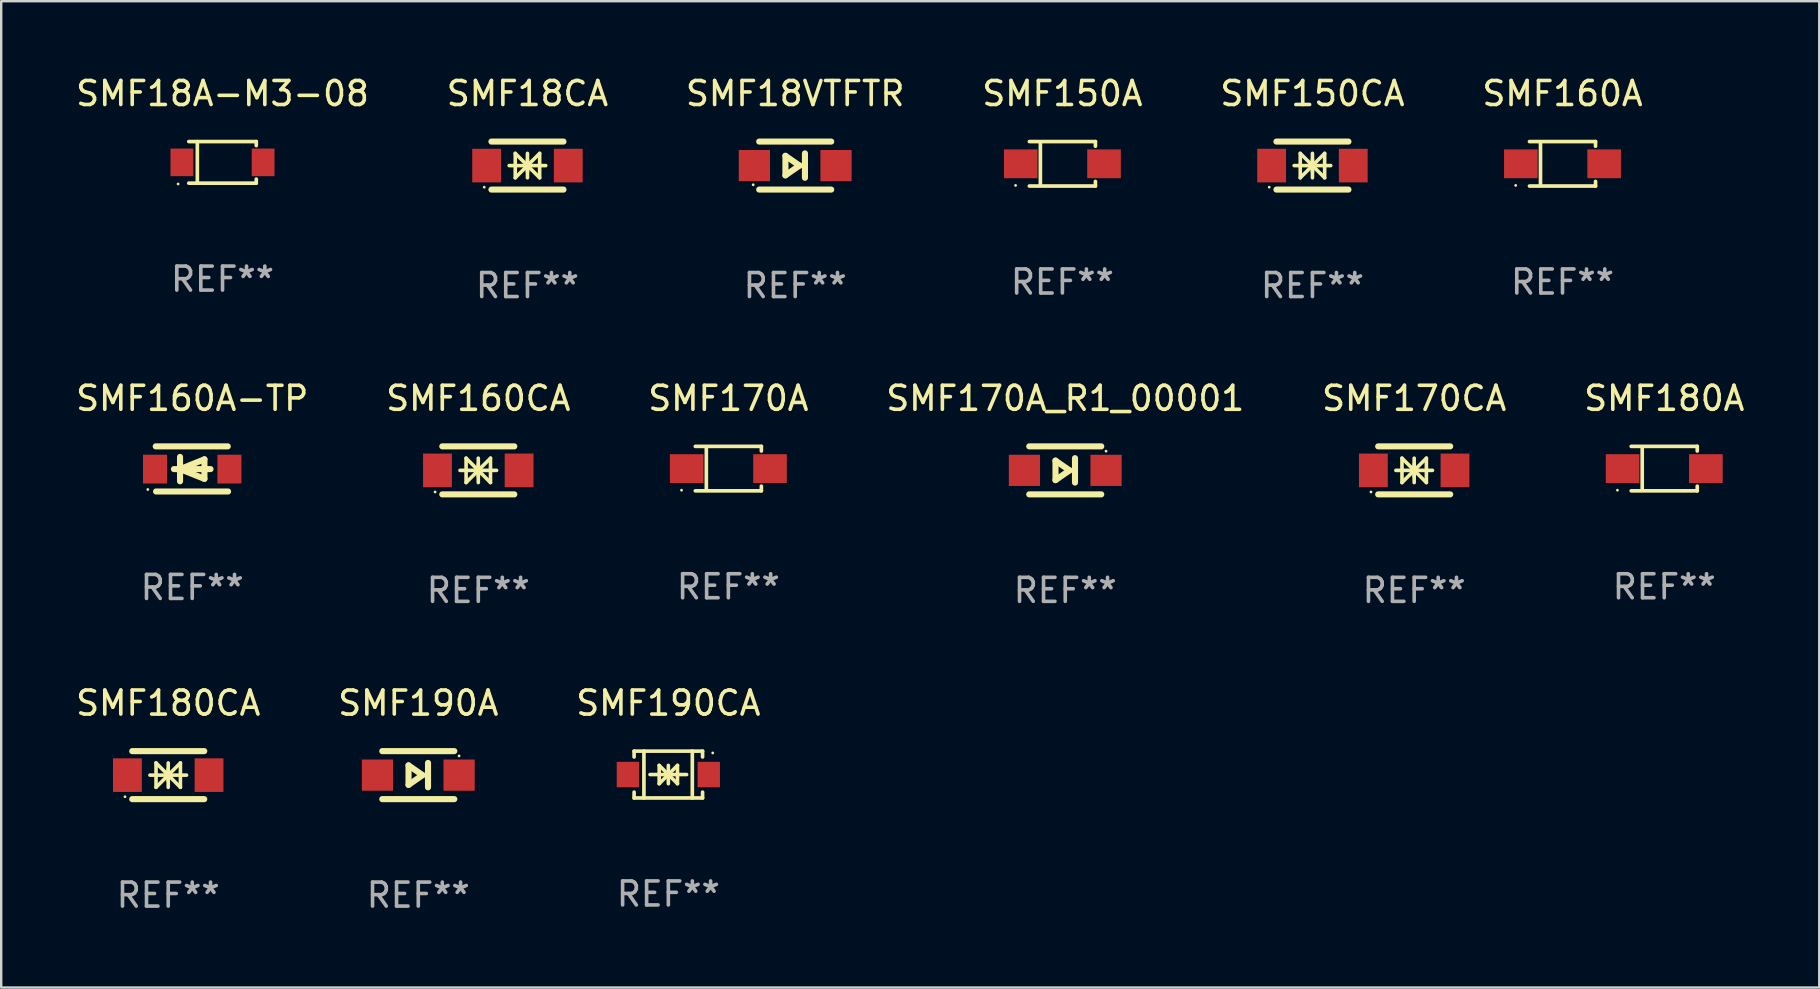
<source format=kicad_pcb>
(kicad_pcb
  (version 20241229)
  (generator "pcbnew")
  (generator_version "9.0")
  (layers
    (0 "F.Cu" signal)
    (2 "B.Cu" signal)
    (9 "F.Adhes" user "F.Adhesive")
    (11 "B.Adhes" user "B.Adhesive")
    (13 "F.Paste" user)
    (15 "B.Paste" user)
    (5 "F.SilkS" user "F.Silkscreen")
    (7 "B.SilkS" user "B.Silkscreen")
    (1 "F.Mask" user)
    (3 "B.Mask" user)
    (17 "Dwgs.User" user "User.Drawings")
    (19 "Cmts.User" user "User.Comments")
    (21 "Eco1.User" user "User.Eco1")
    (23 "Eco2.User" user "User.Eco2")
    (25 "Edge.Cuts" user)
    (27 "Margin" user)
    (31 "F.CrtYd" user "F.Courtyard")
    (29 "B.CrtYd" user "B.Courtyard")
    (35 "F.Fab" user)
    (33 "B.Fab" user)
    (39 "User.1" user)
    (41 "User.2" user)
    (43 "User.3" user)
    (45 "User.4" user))
  (footprint "SMF18A-M3-08"
    (layer "F.Cu")
    (at 6.22 3.714)
    (property "Reference" "SMF18A-M3-08" (at 0 -2.866 0) (layer "F.SilkS") (effects (font (size 1 1) (thickness 0.15))))
    (attr through_hole)
    (fp_line (start -1.406 -0.866) (end 1.406 -0.866) (stroke (width 0.152) (type solid)) (layer "F.SilkS"))
    (fp_line (start -1.406 0.866) (end 1.406 0.866) (stroke (width 0.152) (type solid)) (layer "F.SilkS"))
    (fp_line (start -1.049 -0.866) (end -1.049 0.866) (stroke (width 0.152) (type solid)) (layer "F.SilkS"))
    (fp_line (start 1.406 -0.866) (end 1.406 -0.698) (stroke (width 0.152) (type solid)) (layer "F.SilkS"))
    (fp_line (start 1.406 0.866) (end 1.406 0.698) (stroke (width 0.152) (type solid)) (layer "F.SilkS"))
    (fp_circle (center -1.851 0.9) (end -1.821 0.9) (stroke (width 0.06) (type solid)) (fill no) (layer "F.SilkS"))
    (fp_text user "REF**" (at 0 4.866 0) (layer "F.Fab") (effects (font (size 1 1) (thickness 0.15))))
    (pad "1" smd rect (at -1.692 0) (size 0.95 1.15) (layers "F.Cu" "F.Mask" "F.Paste"))
    (pad "2" smd rect (at 1.692 0) (size 0.95 1.15) (layers "F.Cu" "F.Mask" "F.Paste")))
  (footprint "SMF170CA"
    (layer "F.Cu")
    (at 55.863 16.545)
    (property "Reference" "SMF170CA" (at 0 -3 0) (layer "F.SilkS") (effects (font (size 1 1) (thickness 0.15))))
    (attr through_hole)
    (fp_line (start -1.5 -1) (end 1.5 -1) (stroke (width 0.254) (type solid)) (layer "F.SilkS"))
    (fp_line (start -1.5 1) (end 1.5 1) (stroke (width 0.254) (type solid)) (layer "F.SilkS"))
    (fp_line (start -0.762 0) (end 0.762 0) (stroke (width 0.15) (type solid)) (layer "F.SilkS"))
    (fp_line (start -0.508 -0.508) (end -0.508 0.508) (stroke (width 0.15) (type solid)) (layer "F.SilkS"))
    (fp_line (start 0 -0.508) (end 0 0.508) (stroke (width 0.15) (type solid)) (layer "F.SilkS"))
    (fp_line (start 0 0) (end -0.508 -0.508) (stroke (width 0.15) (type solid)) (layer "F.SilkS"))
    (fp_line (start 0 0) (end -0.508 0.508) (stroke (width 0.15) (type solid)) (layer "F.SilkS"))
    (fp_line (start 0 0) (end 0.508 -0.508) (stroke (width 0.15) (type solid)) (layer "F.SilkS"))
    (fp_line (start 0 0) (end 0.508 0.508) (stroke (width 0.15) (type solid)) (layer "F.SilkS"))
    (fp_line (start 0 0.254) (end 0 -0.254) (stroke (width 0.15) (type solid)) (layer "F.SilkS"))
    (fp_line (start 0.508 0.508) (end 0.508 -0.508) (stroke (width 0.15) (type solid)) (layer "F.SilkS"))
    (fp_circle (center -1.8 0.9) (end -1.77 0.9) (stroke (width 0.06) (type solid)) (fill no) (layer "F.SilkS"))
    (fp_text user "REF**" (at 0 5 0) (layer "F.Fab") (effects (font (size 1 1) (thickness 0.15))))
    (pad "1" smd rect (at -1.7 0) (size 1.2 1.4) (layers "F.Cu" "F.Mask" "F.Paste"))
    (pad "2" smd rect (at 1.7 0) (size 1.2 1.4) (layers "F.Cu" "F.Mask" "F.Paste")))
  (footprint "SMF170A_R1_00001"
    (layer "F.Cu")
    (at 41.327 16.545)
    (property "Reference" "SMF170A_R1_00001" (at 0 -3 0) (layer "F.SilkS") (effects (font (size 1 1) (thickness 0.15))))
    (attr through_hole)
    (fp_line (start -1.5 -1) (end 1.5 -1) (stroke (width 0.254) (type solid)) (layer "F.SilkS"))
    (fp_line (start -0.406 -0.406) (end 0.178 0) (stroke (width 0.254) (type solid)) (layer "F.SilkS"))
    (fp_line (start -0.406 0.406) (end -0.406 -0.406) (stroke (width 0.254) (type solid)) (layer "F.SilkS"))
    (fp_line (start 0.178 0) (end -0.406 0.406) (stroke (width 0.254) (type solid)) (layer "F.SilkS"))
    (fp_line (start 0.406 0.508) (end 0.406 -0.508) (stroke (width 0.254) (type solid)) (layer "F.SilkS"))
    (fp_line (start 1.5 1) (end -1.5 1) (stroke (width 0.254) (type solid)) (layer "F.SilkS"))
    (fp_circle (center 1.7 -0.8) (end 1.73 -0.8) (stroke (width 0.06) (type solid)) (fill no) (layer "F.SilkS"))
    (fp_text user "REF**" (at 0 5 0) (layer "F.Fab") (effects (font (size 1 1) (thickness 0.15))))
    (pad "1" smd rect (at 1.7 0 180) (size 1.3 1.3) (layers "F.Cu" "F.Mask" "F.Paste"))
    (pad "2" smd rect (at -1.7 0 180) (size 1.3 1.3) (layers "F.Cu" "F.Mask" "F.Paste")))
  (footprint "SMF160A-TP"
    (layer "F.Cu")
    (at 4.958 16.485)
    (property "Reference" "SMF160A-TP" (at 0 -2.94 0) (layer "F.SilkS") (effects (font (size 1 1) (thickness 0.15))))
    (attr through_hole)
    (fp_line (start -1.52 -0.94) (end 1.48 -0.94) (stroke (width 0.254) (type solid)) (layer "F.SilkS"))
    (fp_line (start -1.507 0.94) (end 1.493 0.94) (stroke (width 0.254) (type solid)) (layer "F.SilkS"))
    (fp_line (start -0.762 0.007) (end 0.762 0.007) (stroke (width 0.254) (type solid)) (layer "F.SilkS"))
    (fp_line (start -0.508 -0.501) (end -0.508 0.515) (stroke (width 0.254) (type solid)) (layer "F.SilkS"))
    (fp_line (start -0.508 0.007) (end 0.508 -0.4) (stroke (width 0.254) (type solid)) (layer "F.SilkS"))
    (fp_line (start 0.508 -0.4) (end 0.508 0.413) (stroke (width 0.254) (type solid)) (layer "F.SilkS"))
    (fp_line (start 0.508 0.413) (end -0.508 0.007) (stroke (width 0.254) (type solid)) (layer "F.SilkS"))
    (fp_circle (center -1.85 0.857) (end -1.82 0.857) (stroke (width 0.06) (type solid)) (fill no) (layer "F.SilkS"))
    (fp_text user "REF**" (at 0 4.94 0) (layer "F.Fab") (effects (font (size 1 1) (thickness 0.15))))
    (pad "1" smd rect (at -1.55 0.007) (size 1 1.2) (layers "F.Cu" "F.Mask" "F.Paste"))
    (pad "2" smd rect (at 1.55 0.007) (size 1 1.2) (layers "F.Cu" "F.Mask" "F.Paste")))
  (footprint "SMF190A"
    (layer "F.Cu")
    (at 14.375 29.241)
    (property "Reference" "SMF190A" (at 0 -3 0) (layer "F.SilkS") (effects (font (size 1 1) (thickness 0.15))))
    (attr through_hole)
    (fp_line (start -1.5 -1) (end 1.5 -1) (stroke (width 0.254) (type solid)) (layer "F.SilkS"))
    (fp_line (start -0.406 -0.406) (end 0.178 0) (stroke (width 0.254) (type solid)) (layer "F.SilkS"))
    (fp_line (start -0.406 0.406) (end -0.406 -0.406) (stroke (width 0.254) (type solid)) (layer "F.SilkS"))
    (fp_line (start 0.178 0) (end -0.406 0.406) (stroke (width 0.254) (type solid)) (layer "F.SilkS"))
    (fp_line (start 0.406 0.508) (end 0.406 -0.508) (stroke (width 0.254) (type solid)) (layer "F.SilkS"))
    (fp_line (start 1.5 1) (end -1.5 1) (stroke (width 0.254) (type solid)) (layer "F.SilkS"))
    (fp_circle (center 1.7 -0.8) (end 1.73 -0.8) (stroke (width 0.06) (type solid)) (fill no) (layer "F.SilkS"))
    (fp_text user "REF**" (at 0 5 0) (layer "F.Fab") (effects (font (size 1 1) (thickness 0.15))))
    (pad "1" smd rect (at 1.7 0 180) (size 1.3 1.3) (layers "F.Cu" "F.Mask" "F.Paste"))
    (pad "2" smd rect (at -1.7 0 180) (size 1.3 1.3) (layers "F.Cu" "F.Mask" "F.Paste")))
  (footprint "SMF160A"
    (layer "F.Cu")
    (at 62.042 3.774)
    (property "Reference" "SMF160A" (at 0 -2.926 0) (layer "F.SilkS") (effects (font (size 1 1) (thickness 0.15))))
    (attr through_hole)
    (fp_line (start -1.376 -0.926) (end 1.376 -0.926) (stroke (width 0.152) (type solid)) (layer "F.SilkS"))
    (fp_line (start -1.376 0.926) (end 1.376 0.926) (stroke (width 0.152) (type solid)) (layer "F.SilkS"))
    (fp_line (start -0.917 -0.876) (end -0.917 0.876) (stroke (width 0.152) (type solid)) (layer "F.SilkS"))
    (fp_line (start 1.376 -0.926) (end 1.376 -0.733) (stroke (width 0.152) (type solid)) (layer "F.SilkS"))
    (fp_line (start 1.376 0.926) (end 1.376 0.733) (stroke (width 0.152) (type solid)) (layer "F.SilkS"))
    (fp_circle (center -1.95 0.9) (end -1.92 0.9) (stroke (width 0.06) (type solid)) (fill no) (layer "F.SilkS"))
    (fp_text user "REF**" (at 0 4.926 0) (layer "F.Fab") (effects (font (size 1 1) (thickness 0.15))))
    (pad "1" smd rect (at -1.735 0) (size 1.4 1.2) (layers "F.Cu" "F.Mask" "F.Paste"))
    (pad "2" smd rect (at 1.735 0) (size 1.4 1.2) (layers "F.Cu" "F.Mask" "F.Paste")))
  (footprint "SMF160CA"
    (layer "F.Cu")
    (at 16.875 16.545)
    (property "Reference" "SMF160CA" (at 0 -3 0) (layer "F.SilkS") (effects (font (size 1 1) (thickness 0.15))))
    (attr through_hole)
    (fp_line (start -1.5 -1) (end 1.5 -1) (stroke (width 0.254) (type solid)) (layer "F.SilkS"))
    (fp_line (start -1.5 1) (end 1.5 1) (stroke (width 0.254) (type solid)) (layer "F.SilkS"))
    (fp_line (start -0.762 0) (end 0.762 0) (stroke (width 0.15) (type solid)) (layer "F.SilkS"))
    (fp_line (start -0.508 -0.508) (end -0.508 0.508) (stroke (width 0.15) (type solid)) (layer "F.SilkS"))
    (fp_line (start 0 -0.508) (end 0 0.508) (stroke (width 0.15) (type solid)) (layer "F.SilkS"))
    (fp_line (start 0 0) (end -0.508 -0.508) (stroke (width 0.15) (type solid)) (layer "F.SilkS"))
    (fp_line (start 0 0) (end -0.508 0.508) (stroke (width 0.15) (type solid)) (layer "F.SilkS"))
    (fp_line (start 0 0) (end 0.508 -0.508) (stroke (width 0.15) (type solid)) (layer "F.SilkS"))
    (fp_line (start 0 0) (end 0.508 0.508) (stroke (width 0.15) (type solid)) (layer "F.SilkS"))
    (fp_line (start 0 0.254) (end 0 -0.254) (stroke (width 0.15) (type solid)) (layer "F.SilkS"))
    (fp_line (start 0.508 0.508) (end 0.508 -0.508) (stroke (width 0.15) (type solid)) (layer "F.SilkS"))
    (fp_circle (center -1.8 0.9) (end -1.77 0.9) (stroke (width 0.06) (type solid)) (fill no) (layer "F.SilkS"))
    (fp_text user "REF**" (at 0 5 0) (layer "F.Fab") (effects (font (size 1 1) (thickness 0.15))))
    (pad "1" smd rect (at -1.7 0) (size 1.2 1.4) (layers "F.Cu" "F.Mask" "F.Paste"))
    (pad "2" smd rect (at 1.7 0) (size 1.2 1.4) (layers "F.Cu" "F.Mask" "F.Paste")))
  (footprint "SMF18VTFTR"
    (layer "F.Cu")
    (at 30.077 3.848)
    (property "Reference" "SMF18VTFTR" (at 0 -3 0) (layer "F.SilkS") (effects (font (size 1 1) (thickness 0.15))))
    (attr through_hole)
    (fp_line (start -1.5 -1) (end 1.5 -1) (stroke (width 0.254) (type solid)) (layer "F.SilkS"))
    (fp_line (start -0.407 -0.406) (end 0.178 0) (stroke (width 0.254) (type solid)) (layer "F.SilkS"))
    (fp_line (start -0.407 0.406) (end -0.407 -0.406) (stroke (width 0.254) (type solid)) (layer "F.SilkS"))
    (fp_line (start 0.178 0) (end -0.407 0.406) (stroke (width 0.254) (type solid)) (layer "F.SilkS"))
    (fp_line (start 0.406 0.508) (end 0.406 -0.508) (stroke (width 0.254) (type solid)) (layer "F.SilkS"))
    (fp_line (start 1.5 1) (end -1.5 1) (stroke (width 0.254) (type solid)) (layer "F.SilkS"))
    (fp_circle (center -1.75 0.8) (end -1.72 0.8) (stroke (width 0.06) (type solid)) (fill no) (layer "F.SilkS"))
    (fp_text user "REF**" (at 0 5 0) (layer "F.Fab") (effects (font (size 1 1) (thickness 0.15))))
    (pad "1" smd rect (at -1.7 -0.000025) (size 1.3 1.3) (layers "F.Cu" "F.Mask" "F.Paste"))
    (pad "2" smd rect (at 1.7 -0.000025) (size 1.3 1.3) (layers "F.Cu" "F.Mask" "F.Paste")))
  (footprint "SMF180A"
    (layer "F.Cu")
    (at 66.28 16.471)
    (property "Reference" "SMF180A" (at 0 -2.926 0) (layer "F.SilkS") (effects (font (size 1 1) (thickness 0.15))))
    (attr through_hole)
    (fp_line (start -1.376 -0.926) (end 1.376 -0.926) (stroke (width 0.152) (type solid)) (layer "F.SilkS"))
    (fp_line (start -1.376 0.926) (end 1.376 0.926) (stroke (width 0.152) (type solid)) (layer "F.SilkS"))
    (fp_line (start -0.917 -0.876) (end -0.917 0.876) (stroke (width 0.152) (type solid)) (layer "F.SilkS"))
    (fp_line (start 1.376 -0.926) (end 1.376 -0.733) (stroke (width 0.152) (type solid)) (layer "F.SilkS"))
    (fp_line (start 1.376 0.926) (end 1.376 0.733) (stroke (width 0.152) (type solid)) (layer "F.SilkS"))
    (fp_circle (center -1.95 0.9) (end -1.92 0.9) (stroke (width 0.06) (type solid)) (fill no) (layer "F.SilkS"))
    (fp_text user "REF**" (at 0 4.926 0) (layer "F.Fab") (effects (font (size 1 1) (thickness 0.15))))
    (pad "1" smd rect (at -1.735 0) (size 1.4 1.2) (layers "F.Cu" "F.Mask" "F.Paste"))
    (pad "2" smd rect (at 1.735 0) (size 1.4 1.2) (layers "F.Cu" "F.Mask" "F.Paste")))
  (footprint "SMF180CA"
    (layer "F.Cu")
    (at 3.958 29.241)
    (property "Reference" "SMF180CA" (at 0 -3 0) (layer "F.SilkS") (effects (font (size 1 1) (thickness 0.15))))
    (attr through_hole)
    (fp_line (start -1.5 -1) (end 1.5 -1) (stroke (width 0.254) (type solid)) (layer "F.SilkS"))
    (fp_line (start -1.5 1) (end 1.5 1) (stroke (width 0.254) (type solid)) (layer "F.SilkS"))
    (fp_line (start -0.762 0) (end 0.762 0) (stroke (width 0.15) (type solid)) (layer "F.SilkS"))
    (fp_line (start -0.508 -0.508) (end -0.508 0.508) (stroke (width 0.15) (type solid)) (layer "F.SilkS"))
    (fp_line (start 0 -0.508) (end 0 0.508) (stroke (width 0.15) (type solid)) (layer "F.SilkS"))
    (fp_line (start 0 0) (end -0.508 -0.508) (stroke (width 0.15) (type solid)) (layer "F.SilkS"))
    (fp_line (start 0 0) (end -0.508 0.508) (stroke (width 0.15) (type solid)) (layer "F.SilkS"))
    (fp_line (start 0 0) (end 0.508 -0.508) (stroke (width 0.15) (type solid)) (layer "F.SilkS"))
    (fp_line (start 0 0) (end 0.508 0.508) (stroke (width 0.15) (type solid)) (layer "F.SilkS"))
    (fp_line (start 0 0.254) (end 0 -0.254) (stroke (width 0.15) (type solid)) (layer "F.SilkS"))
    (fp_line (start 0.508 0.508) (end 0.508 -0.508) (stroke (width 0.15) (type solid)) (layer "F.SilkS"))
    (fp_circle (center -1.8 0.9) (end -1.77 0.9) (stroke (width 0.06) (type solid)) (fill no) (layer "F.SilkS"))
    (fp_text user "REF**" (at 0 5 0) (layer "F.Fab") (effects (font (size 1 1) (thickness 0.15))))
    (pad "1" smd rect (at -1.7 0) (size 1.2 1.4) (layers "F.Cu" "F.Mask" "F.Paste"))
    (pad "2" smd rect (at 1.7 0) (size 1.2 1.4) (layers "F.Cu" "F.Mask" "F.Paste")))
  (footprint "SMF18CA"
    (layer "F.Cu")
    (at 18.923 3.848)
    (property "Reference" "SMF18CA" (at 0 -3 0) (layer "F.SilkS") (effects (font (size 1 1) (thickness 0.15))))
    (attr through_hole)
    (fp_line (start -1.5 -1) (end 1.5 -1) (stroke (width 0.254) (type solid)) (layer "F.SilkS"))
    (fp_line (start -1.5 1) (end 1.5 1) (stroke (width 0.254) (type solid)) (layer "F.SilkS"))
    (fp_line (start -0.762 0) (end 0.762 0) (stroke (width 0.15) (type solid)) (layer "F.SilkS"))
    (fp_line (start -0.508 -0.508) (end -0.508 0.508) (stroke (width 0.15) (type solid)) (layer "F.SilkS"))
    (fp_line (start 0 -0.508) (end 0 0.508) (stroke (width 0.15) (type solid)) (layer "F.SilkS"))
    (fp_line (start 0 0) (end -0.508 -0.508) (stroke (width 0.15) (type solid)) (layer "F.SilkS"))
    (fp_line (start 0 0) (end -0.508 0.508) (stroke (width 0.15) (type solid)) (layer "F.SilkS"))
    (fp_line (start 0 0) (end 0.508 -0.508) (stroke (width 0.15) (type solid)) (layer "F.SilkS"))
    (fp_line (start 0 0) (end 0.508 0.508) (stroke (width 0.15) (type solid)) (layer "F.SilkS"))
    (fp_line (start 0 0.254) (end 0 -0.254) (stroke (width 0.15) (type solid)) (layer "F.SilkS"))
    (fp_line (start 0.508 0.508) (end 0.508 -0.508) (stroke (width 0.15) (type solid)) (layer "F.SilkS"))
    (fp_circle (center -1.8 0.9) (end -1.77 0.9) (stroke (width 0.06) (type solid)) (fill no) (layer "F.SilkS"))
    (fp_text user "REF**" (at 0 5 0) (layer "F.Fab") (effects (font (size 1 1) (thickness 0.15))))
    (pad "1" smd rect (at -1.7 0) (size 1.2 1.4) (layers "F.Cu" "F.Mask" "F.Paste"))
    (pad "2" smd rect (at 1.7 0) (size 1.2 1.4) (layers "F.Cu" "F.Mask" "F.Paste")))
  (footprint "SMF150CA"
    (layer "F.Cu")
    (at 51.625 3.848)
    (property "Reference" "SMF150CA" (at 0 -3 0) (layer "F.SilkS") (effects (font (size 1 1) (thickness 0.15))))
    (attr through_hole)
    (fp_line (start -1.5 -1) (end 1.5 -1) (stroke (width 0.254) (type solid)) (layer "F.SilkS"))
    (fp_line (start -1.5 1) (end 1.5 1) (stroke (width 0.254) (type solid)) (layer "F.SilkS"))
    (fp_line (start -0.762 0) (end 0.762 0) (stroke (width 0.15) (type solid)) (layer "F.SilkS"))
    (fp_line (start -0.508 -0.508) (end -0.508 0.508) (stroke (width 0.15) (type solid)) (layer "F.SilkS"))
    (fp_line (start 0 -0.508) (end 0 0.508) (stroke (width 0.15) (type solid)) (layer "F.SilkS"))
    (fp_line (start 0 0) (end -0.508 -0.508) (stroke (width 0.15) (type solid)) (layer "F.SilkS"))
    (fp_line (start 0 0) (end -0.508 0.508) (stroke (width 0.15) (type solid)) (layer "F.SilkS"))
    (fp_line (start 0 0) (end 0.508 -0.508) (stroke (width 0.15) (type solid)) (layer "F.SilkS"))
    (fp_line (start 0 0) (end 0.508 0.508) (stroke (width 0.15) (type solid)) (layer "F.SilkS"))
    (fp_line (start 0 0.254) (end 0 -0.254) (stroke (width 0.15) (type solid)) (layer "F.SilkS"))
    (fp_line (start 0.508 0.508) (end 0.508 -0.508) (stroke (width 0.15) (type solid)) (layer "F.SilkS"))
    (fp_circle (center -1.8 0.9) (end -1.77 0.9) (stroke (width 0.06) (type solid)) (fill no) (layer "F.SilkS"))
    (fp_text user "REF**" (at 0 5 0) (layer "F.Fab") (effects (font (size 1 1) (thickness 0.15))))
    (pad "1" smd rect (at -1.7 0) (size 1.2 1.4) (layers "F.Cu" "F.Mask" "F.Paste"))
    (pad "2" smd rect (at 1.7 0) (size 1.2 1.4) (layers "F.Cu" "F.Mask" "F.Paste")))
  (footprint "SMF150A"
    (layer "F.Cu")
    (at 41.208 3.774)
    (property "Reference" "SMF150A" (at 0 -2.926 0) (layer "F.SilkS") (effects (font (size 1 1) (thickness 0.15))))
    (attr through_hole)
    (fp_line (start -1.376 -0.926) (end 1.376 -0.926) (stroke (width 0.152) (type solid)) (layer "F.SilkS"))
    (fp_line (start -1.376 0.926) (end 1.376 0.926) (stroke (width 0.152) (type solid)) (layer "F.SilkS"))
    (fp_line (start -0.917 -0.876) (end -0.917 0.876) (stroke (width 0.152) (type solid)) (layer "F.SilkS"))
    (fp_line (start 1.376 -0.926) (end 1.376 -0.733) (stroke (width 0.152) (type solid)) (layer "F.SilkS"))
    (fp_line (start 1.376 0.926) (end 1.376 0.733) (stroke (width 0.152) (type solid)) (layer "F.SilkS"))
    (fp_circle (center -1.95 0.9) (end -1.92 0.9) (stroke (width 0.06) (type solid)) (fill no) (layer "F.SilkS"))
    (fp_text user "REF**" (at 0 4.926 0) (layer "F.Fab") (effects (font (size 1 1) (thickness 0.15))))
    (pad "1" smd rect (at -1.735 0) (size 1.4 1.2) (layers "F.Cu" "F.Mask" "F.Paste"))
    (pad "2" smd rect (at 1.735 0) (size 1.4 1.2) (layers "F.Cu" "F.Mask" "F.Paste")))
  (footprint "SMF170A"
    (layer "F.Cu")
    (at 27.292 16.471)
    (property "Reference" "SMF170A" (at 0 -2.926 0) (layer "F.SilkS") (effects (font (size 1 1) (thickness 0.15))))
    (attr through_hole)
    (fp_line (start -1.376 -0.926) (end 1.376 -0.926) (stroke (width 0.152) (type solid)) (layer "F.SilkS"))
    (fp_line (start -1.376 0.926) (end 1.376 0.926) (stroke (width 0.152) (type solid)) (layer "F.SilkS"))
    (fp_line (start -0.917 -0.876) (end -0.917 0.876) (stroke (width 0.152) (type solid)) (layer "F.SilkS"))
    (fp_line (start 1.376 -0.926) (end 1.376 -0.733) (stroke (width 0.152) (type solid)) (layer "F.SilkS"))
    (fp_line (start 1.376 0.926) (end 1.376 0.733) (stroke (width 0.152) (type solid)) (layer "F.SilkS"))
    (fp_circle (center -1.95 0.9) (end -1.92 0.9) (stroke (width 0.06) (type solid)) (fill no) (layer "F.SilkS"))
    (fp_text user "REF**" (at 0 4.926 0) (layer "F.Fab") (effects (font (size 1 1) (thickness 0.15))))
    (pad "1" smd rect (at -1.735 0) (size 1.4 1.2) (layers "F.Cu" "F.Mask" "F.Paste"))
    (pad "2" smd rect (at 1.735 0) (size 1.4 1.2) (layers "F.Cu" "F.Mask" "F.Paste")))
  (footprint "SMF190CA"
    (layer "F.Cu")
    (at 24.792 29.217)
    (property "Reference" "SMF190CA" (at 0 -2.976 0) (layer "F.SilkS") (effects (font (size 1 1) (thickness 0.15))))
    (attr through_hole)
    (fp_line (start -1.426 -0.976) (end -1.426 -0.733) (stroke (width 0.152) (type solid)) (layer "F.SilkS"))
    (fp_line (start -1.426 -0.976) (end 1.426 -0.976) (stroke (width 0.152) (type solid)) (layer "F.SilkS"))
    (fp_line (start -1.426 0.976) (end -1.426 0.733) (stroke (width 0.152) (type solid)) (layer "F.SilkS"))
    (fp_line (start -1.426 0.976) (end 1.426 0.976) (stroke (width 0.152) (type solid)) (layer "F.SilkS"))
    (fp_line (start -1.017 -0.976) (end -1.017 0.976) (stroke (width 0.152) (type solid)) (layer "F.SilkS"))
    (fp_line (start -0.762 0) (end 0.762 0) (stroke (width 0.15) (type solid)) (layer "F.SilkS"))
    (fp_line (start -0.381 -0.381) (end 0 0) (stroke (width 0.15) (type solid)) (layer "F.SilkS"))
    (fp_line (start -0.381 0.381) (end -0.381 -0.381) (stroke (width 0.15) (type solid)) (layer "F.SilkS"))
    (fp_line (start 0 -0.381) (end 0 0.381) (stroke (width 0.15) (type solid)) (layer "F.SilkS"))
    (fp_line (start 0 0) (end -0.381 0.381) (stroke (width 0.15) (type solid)) (layer "F.SilkS"))
    (fp_line (start 0 0) (end 0.381 -0.381) (stroke (width 0.15) (type solid)) (layer "F.SilkS"))
    (fp_line (start 0.381 -0.381) (end 0.381 0.381) (stroke (width 0.15) (type solid)) (layer "F.SilkS"))
    (fp_line (start 0.381 0.381) (end 0 0) (stroke (width 0.15) (type solid)) (layer "F.SilkS"))
    (fp_line (start 0.999 -0.976) (end 0.999 0.976) (stroke (width 0.152) (type solid)) (layer "F.SilkS"))
    (fp_line (start 1.426 -0.976) (end 1.426 -0.733) (stroke (width 0.152) (type solid)) (layer "F.SilkS"))
    (fp_line (start 1.426 0.976) (end 1.426 0.733) (stroke (width 0.152) (type solid)) (layer "F.SilkS"))
    (fp_circle (center 1.85 -0.9) (end 1.88 -0.9) (stroke (width 0.06) (type solid)) (fill no) (layer "F.SilkS"))
    (fp_text user "REF**" (at 0 4.976 0) (layer "F.Fab") (effects (font (size 1 1) (thickness 0.15))))
    (pad "1" smd rect (at 1.685 0 180) (size 0.93 1.06) (layers "F.Cu" "F.Mask" "F.Paste"))
    (pad "2" smd rect (at -1.685 0 180) (size 0.93 1.06) (layers "F.Cu" "F.Mask" "F.Paste")))
  (gr_rect
    (start -3 -3)
    (end 72.738 38.09)
    (stroke (width 0.1) (type default))
    (fill no)
    (layer "Edge.Cuts")))
</source>
